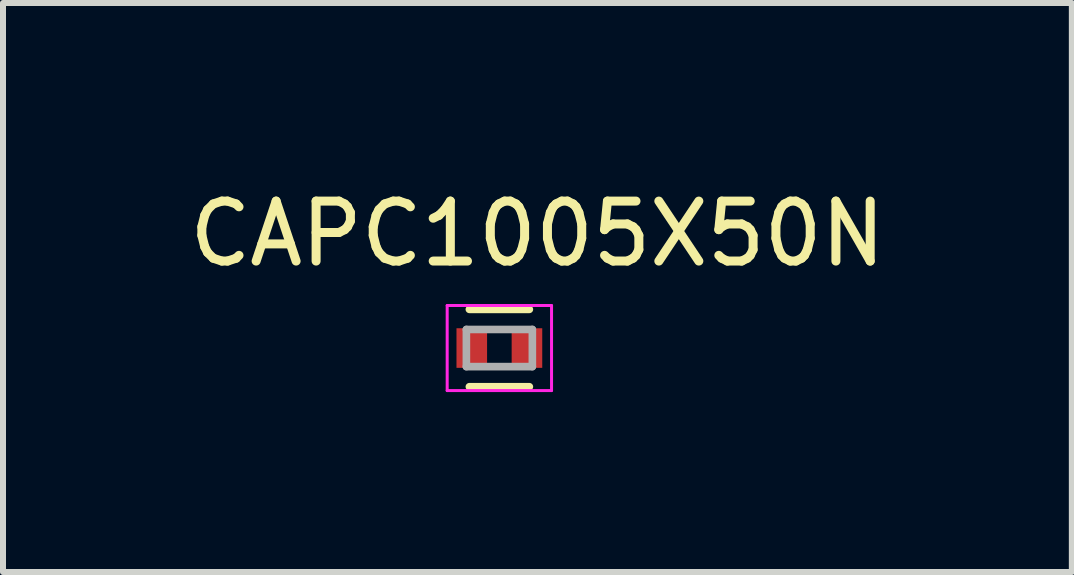
<source format=kicad_pcb>
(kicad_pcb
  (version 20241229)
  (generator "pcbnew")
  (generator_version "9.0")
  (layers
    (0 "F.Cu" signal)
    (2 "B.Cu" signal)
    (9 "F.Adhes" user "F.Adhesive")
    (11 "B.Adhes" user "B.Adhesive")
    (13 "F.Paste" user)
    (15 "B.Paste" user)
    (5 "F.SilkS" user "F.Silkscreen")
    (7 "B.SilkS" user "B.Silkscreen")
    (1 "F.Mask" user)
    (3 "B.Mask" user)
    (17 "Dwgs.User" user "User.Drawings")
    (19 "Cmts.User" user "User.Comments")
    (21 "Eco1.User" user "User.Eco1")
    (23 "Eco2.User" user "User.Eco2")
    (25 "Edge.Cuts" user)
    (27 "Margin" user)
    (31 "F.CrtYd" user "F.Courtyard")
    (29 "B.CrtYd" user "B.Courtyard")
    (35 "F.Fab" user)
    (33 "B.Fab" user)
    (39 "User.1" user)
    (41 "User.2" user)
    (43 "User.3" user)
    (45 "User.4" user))
  (footprint "CAPC1005X50N"
    (layer "F.Cu")
    (at 5.276 2.753)
    (property "Reference" "CAPC1005X50N" (at 0.635 -1.905 0) (layer "F.SilkS") (effects (font (size 1 1) (thickness 0.15))))
    (attr smd)
    (fp_line (start 0.5 -0.645) (end -0.5 -0.645) (stroke (width 0.127) (type solid)) (layer "F.SilkS"))
    (fp_line (start 0.5 0.645) (end -0.5 0.645) (stroke (width 0.127) (type solid)) (layer "F.SilkS"))
    (fp_line (start -0.87 -0.709) (end -0.87 0.709) (stroke (width 0.05) (type solid)) (layer "F.CrtYd"))
    (fp_line (start -0.87 0.709) (end 0.87 0.709) (stroke (width 0.05) (type solid)) (layer "F.CrtYd"))
    (fp_line (start 0.87 -0.709) (end -0.87 -0.709) (stroke (width 0.05) (type solid)) (layer "F.CrtYd"))
    (fp_line (start 0.87 0.709) (end 0.87 -0.709) (stroke (width 0.05) (type solid)) (layer "F.CrtYd"))
    (fp_line (start -0.55 -0.31) (end -0.55 0.31) (stroke (width 0.127) (type solid)) (layer "F.Fab"))
    (fp_line (start -0.55 0.31) (end 0.55 0.31) (stroke (width 0.127) (type solid)) (layer "F.Fab"))
    (fp_line (start 0.55 -0.31) (end -0.55 -0.31) (stroke (width 0.127) (type solid)) (layer "F.Fab"))
    (fp_line (start 0.55 0.31) (end 0.55 -0.31) (stroke (width 0.127) (type solid)) (layer "F.Fab"))
    (pad "1" smd rect (at -0.46 0) (size 0.51 0.66) (layers "F.Cu" "F.Mask" "F.Paste"))
    (pad "2" smd rect (at 0.46 0) (size 0.51 0.66) (layers "F.Cu" "F.Mask" "F.Paste")))
  (gr_rect
    (start -3 -3)
    (end 14.821 6.487)
    (stroke (width 0.1) (type default))
    (fill no)
    (layer "Edge.Cuts")))
</source>
